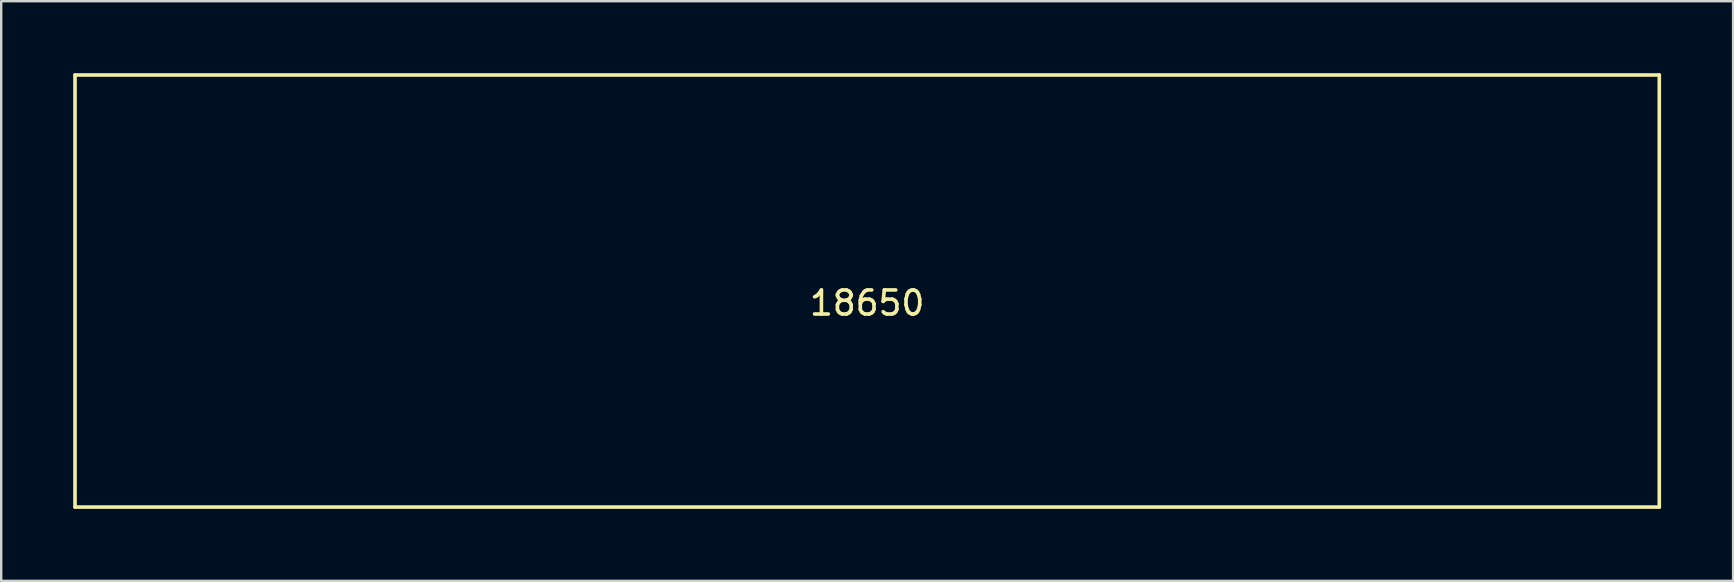
<source format=kicad_pcb>
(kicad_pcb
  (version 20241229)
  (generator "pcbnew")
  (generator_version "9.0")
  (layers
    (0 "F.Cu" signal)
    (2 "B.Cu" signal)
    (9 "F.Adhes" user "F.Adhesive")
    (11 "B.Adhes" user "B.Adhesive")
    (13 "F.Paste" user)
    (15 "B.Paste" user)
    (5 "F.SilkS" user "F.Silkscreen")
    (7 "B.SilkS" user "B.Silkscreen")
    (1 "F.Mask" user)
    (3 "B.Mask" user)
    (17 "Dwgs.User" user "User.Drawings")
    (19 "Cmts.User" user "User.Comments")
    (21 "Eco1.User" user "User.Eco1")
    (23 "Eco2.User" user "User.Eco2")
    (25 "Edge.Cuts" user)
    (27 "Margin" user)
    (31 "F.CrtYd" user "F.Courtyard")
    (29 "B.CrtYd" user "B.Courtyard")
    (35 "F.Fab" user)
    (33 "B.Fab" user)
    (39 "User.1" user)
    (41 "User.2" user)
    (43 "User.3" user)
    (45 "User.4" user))
  (footprint "18650"
    (layer "F.Cu")
    (at 33.075 9.075)
    (property "Reference" "18650" (at 0 0.5 0) (layer "F.SilkS") (effects (font (size 1 1) (thickness 0.15))))
    (attr through_hole)
    (fp_line (start -33 -9) (end -33 9) (stroke (width 0.15) (type solid)) (layer "F.SilkS"))
    (fp_line (start -33 9) (end 33 9) (stroke (width 0.15) (type solid)) (layer "F.SilkS"))
    (fp_line (start 33 -9) (end -33 -9) (stroke (width 0.15) (type solid)) (layer "F.SilkS"))
    (fp_line (start 33 9) (end 33 -9) (stroke (width 0.15) (type solid)) (layer "F.SilkS")))
  (gr_rect
    (start -3 -3)
    (end 69.15 21.15)
    (stroke (width 0.1) (type default))
    (fill no)
    (layer "Edge.Cuts")))
</source>
